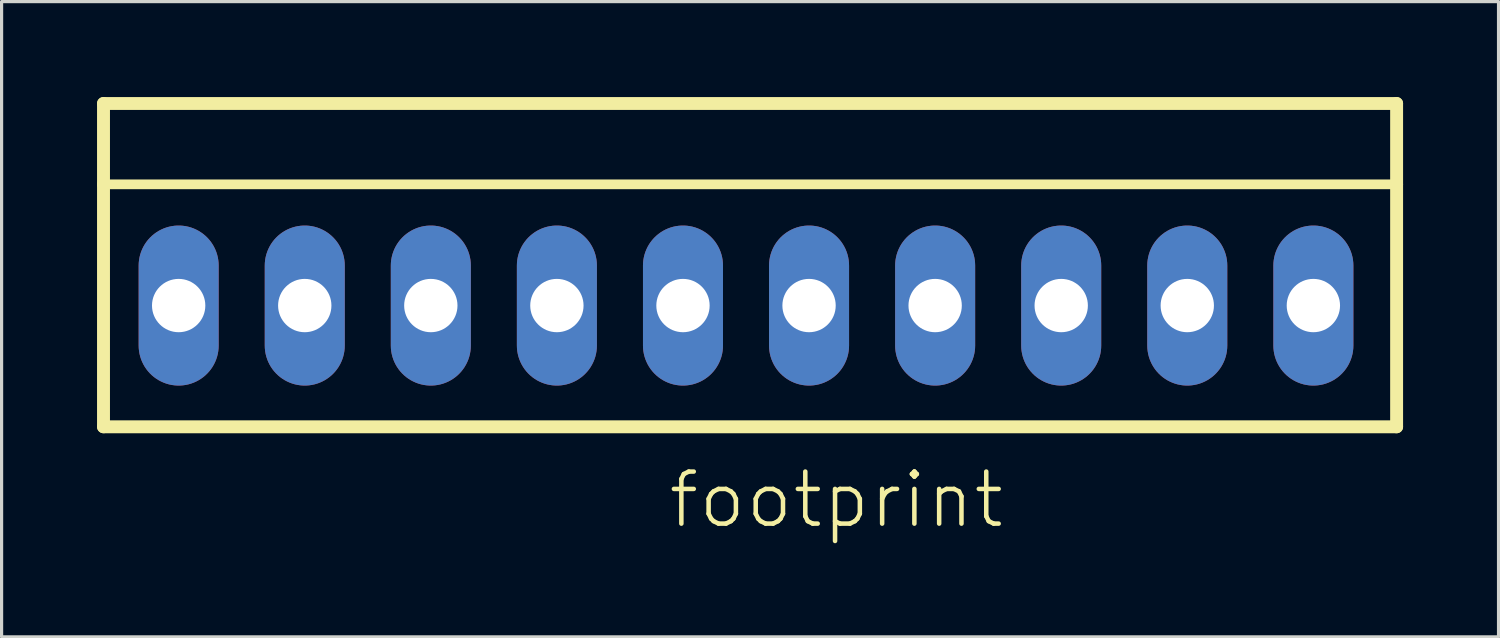
<source format=kicad_pcb>
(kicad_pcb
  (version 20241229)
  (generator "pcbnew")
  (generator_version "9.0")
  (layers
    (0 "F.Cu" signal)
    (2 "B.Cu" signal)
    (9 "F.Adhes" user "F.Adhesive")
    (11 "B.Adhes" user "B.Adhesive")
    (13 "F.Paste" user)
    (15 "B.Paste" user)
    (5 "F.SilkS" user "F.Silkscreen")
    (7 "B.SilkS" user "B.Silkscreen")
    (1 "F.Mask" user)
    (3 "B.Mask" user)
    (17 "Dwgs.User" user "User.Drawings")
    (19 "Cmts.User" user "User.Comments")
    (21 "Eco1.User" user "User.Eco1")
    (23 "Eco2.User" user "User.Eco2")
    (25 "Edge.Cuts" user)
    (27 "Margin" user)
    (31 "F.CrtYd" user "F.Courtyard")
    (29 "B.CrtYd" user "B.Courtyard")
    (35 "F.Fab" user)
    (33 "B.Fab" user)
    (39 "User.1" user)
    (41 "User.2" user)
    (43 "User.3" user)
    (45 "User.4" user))
  (footprint "footprint"
    (layer "F.Cu")
    (at 20.396 6.553)
    (property "Reference" "footprint" (at -2.515 7.061 0) (layer "F.SilkS") (effects (font (size 1.636 1.636) (thickness 0.142)) (justify left bottom)))
    (fp_line (start -20.193 -6.35) (end 20.447 -6.35) (stroke (width 0.406) (type solid)) (layer "F.SilkS"))
    (fp_line (start -20.193 -3.81) (end -20.193 -6.35) (stroke (width 0.406) (type solid)) (layer "F.SilkS"))
    (fp_line (start -20.193 -3.81) (end 20.447 -3.81) (stroke (width 0.305) (type solid)) (layer "F.SilkS"))
    (fp_line (start -20.193 3.81) (end -20.193 -3.81) (stroke (width 0.406) (type solid)) (layer "F.SilkS"))
    (fp_line (start -20.193 3.81) (end 20.447 3.81) (stroke (width 0.406) (type solid)) (layer "F.SilkS"))
    (fp_line (start 20.447 -6.35) (end 20.447 -3.81) (stroke (width 0.406) (type solid)) (layer "F.SilkS"))
    (fp_line (start 20.447 -3.81) (end 20.447 3.81) (stroke (width 0.406) (type solid)) (layer "F.SilkS"))
    (fp_poly (pts (xy -18.339 0.508) (xy -17.323 0.508) (xy -17.323 -0.508) (xy -18.339 -0.508)) (stroke (width 0) (type solid)) (fill yes) (layer "F.SilkS"))
    (fp_poly (pts (xy -14.376 0.508) (xy -13.36 0.508) (xy -13.36 -0.508) (xy -14.376 -0.508)) (stroke (width 0) (type solid)) (fill yes) (layer "F.SilkS"))
    (fp_poly (pts (xy -10.414 0.508) (xy -9.398 0.508) (xy -9.398 -0.508) (xy -10.414 -0.508)) (stroke (width 0) (type solid)) (fill yes) (layer "F.SilkS"))
    (fp_poly (pts (xy -6.452 0.508) (xy -5.436 0.508) (xy -5.436 -0.508) (xy -6.452 -0.508)) (stroke (width 0) (type solid)) (fill yes) (layer "F.SilkS"))
    (fp_poly (pts (xy -2.489 0.508) (xy -1.473 0.508) (xy -1.473 -0.508) (xy -2.489 -0.508)) (stroke (width 0) (type solid)) (fill yes) (layer "F.SilkS"))
    (fp_poly (pts (xy 1.473 0.508) (xy 2.489 0.508) (xy 2.489 -0.508) (xy 1.473 -0.508)) (stroke (width 0) (type solid)) (fill yes) (layer "F.SilkS"))
    (fp_poly (pts (xy 5.436 0.508) (xy 6.452 0.508) (xy 6.452 -0.508) (xy 5.436 -0.508)) (stroke (width 0) (type solid)) (fill yes) (layer "F.SilkS"))
    (fp_poly (pts (xy 9.398 0.508) (xy 10.414 0.508) (xy 10.414 -0.508) (xy 9.398 -0.508)) (stroke (width 0) (type solid)) (fill yes) (layer "F.SilkS"))
    (fp_poly (pts (xy 13.36 0.508) (xy 14.376 0.508) (xy 14.376 -0.508) (xy 13.36 -0.508)) (stroke (width 0) (type solid)) (fill yes) (layer "F.SilkS"))
    (fp_poly (pts (xy 17.323 0.508) (xy 18.339 0.508) (xy 18.339 -0.508) (xy 17.323 -0.508)) (stroke (width 0) (type solid)) (fill yes) (layer "F.SilkS"))
    (pad "1" thru_hole oval (at 17.831 0 90) (size 5.029 2.515) (drill 1.676) (layers "*.Cu" "*.Mask"))
    (pad "2" thru_hole oval (at 13.868 0 90) (size 5.029 2.515) (drill 1.676) (layers "*.Cu" "*.Mask"))
    (pad "3" thru_hole oval (at 9.906 0 90) (size 5.029 2.515) (drill 1.676) (layers "*.Cu" "*.Mask"))
    (pad "4" thru_hole oval (at 5.944 0 90) (size 5.029 2.515) (drill 1.676) (layers "*.Cu" "*.Mask"))
    (pad "5" thru_hole oval (at 1.981 0 90) (size 5.029 2.515) (drill 1.676) (layers "*.Cu" "*.Mask"))
    (pad "6" thru_hole oval (at -1.981 0 90) (size 5.029 2.515) (drill 1.676) (layers "*.Cu" "*.Mask"))
    (pad "7" thru_hole oval (at -5.944 0 90) (size 5.029 2.515) (drill 1.676) (layers "*.Cu" "*.Mask"))
    (pad "8" thru_hole oval (at -9.906 0 90) (size 5.029 2.515) (drill 1.676) (layers "*.Cu" "*.Mask"))
    (pad "9" thru_hole oval (at -13.868 0 90) (size 5.029 2.515) (drill 1.676) (layers "*.Cu" "*.Mask"))
    (pad "10" thru_hole oval (at -17.831 0 90) (size 5.029 2.515) (drill 1.676) (layers "*.Cu" "*.Mask")))
  (gr_rect
    (start -3 -3)
    (end 44.046 16.965)
    (stroke (width 0.1) (type default))
    (fill no)
    (layer "Edge.Cuts")))
</source>
